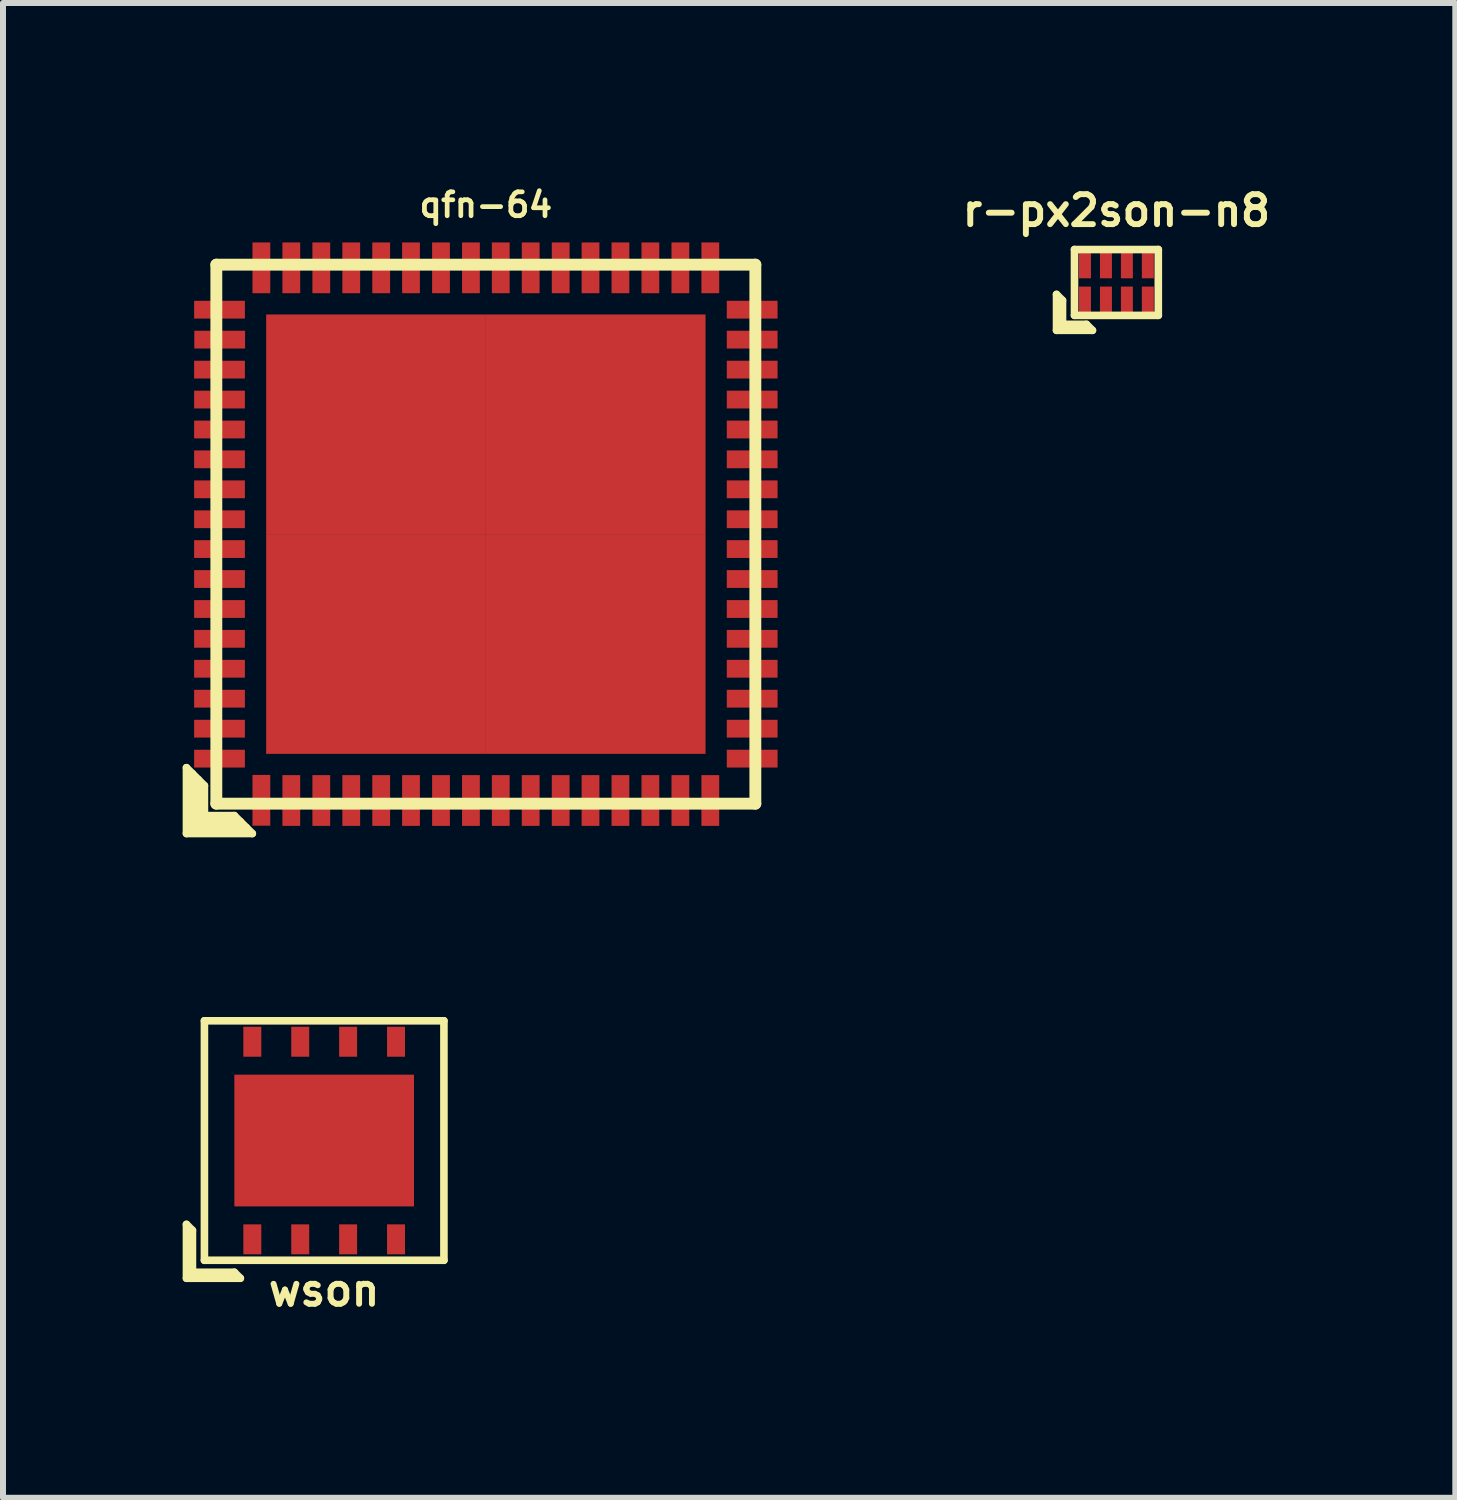
<source format=kicad_pcb>
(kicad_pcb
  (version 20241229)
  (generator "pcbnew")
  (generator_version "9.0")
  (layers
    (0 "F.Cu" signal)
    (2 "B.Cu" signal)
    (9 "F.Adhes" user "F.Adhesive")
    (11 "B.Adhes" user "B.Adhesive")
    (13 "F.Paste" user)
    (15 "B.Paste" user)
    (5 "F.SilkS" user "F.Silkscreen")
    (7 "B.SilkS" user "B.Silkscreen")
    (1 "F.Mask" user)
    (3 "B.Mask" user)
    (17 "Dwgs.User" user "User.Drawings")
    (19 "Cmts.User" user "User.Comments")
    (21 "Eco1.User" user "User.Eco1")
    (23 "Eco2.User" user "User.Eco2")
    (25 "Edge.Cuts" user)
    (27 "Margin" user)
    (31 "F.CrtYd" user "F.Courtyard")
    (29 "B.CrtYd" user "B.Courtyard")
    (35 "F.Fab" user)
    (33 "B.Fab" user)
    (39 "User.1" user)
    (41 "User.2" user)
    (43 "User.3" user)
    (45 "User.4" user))
  (footprint "wson"
    (layer "F.Cu")
    (at 2.364 15.998)
    (property "Reference" "wson" (at 0 2.5 0) (layer "F.SilkS") (effects (font (size 0.5 0.5) (thickness 0.099))))
    (attr smd)
    (fp_line (start -2.3 1.4) (end -2.2 1.5) (stroke (width 0.127) (type solid)) (layer "F.SilkS"))
    (fp_line (start -2.3 2.3) (end -2.3 1.4) (stroke (width 0.127) (type solid)) (layer "F.SilkS"))
    (fp_line (start -2.2 1.5) (end -2.2 2.2) (stroke (width 0.127) (type solid)) (layer "F.SilkS"))
    (fp_line (start -2.2 2.2) (end -1.5 2.2) (stroke (width 0.127) (type solid)) (layer "F.SilkS"))
    (fp_line (start -2 -2) (end 2 -2) (stroke (width 0.127) (type solid)) (layer "F.SilkS"))
    (fp_line (start -2 2) (end -2 -2) (stroke (width 0.127) (type solid)) (layer "F.SilkS"))
    (fp_line (start -1.5 2.2) (end -1.4 2.3) (stroke (width 0.127) (type solid)) (layer "F.SilkS"))
    (fp_line (start -1.4 2.3) (end -2.3 2.3) (stroke (width 0.127) (type solid)) (layer "F.SilkS"))
    (fp_line (start 2 -2) (end 2 2) (stroke (width 0.127) (type solid)) (layer "F.SilkS"))
    (fp_line (start 2 2) (end -2 2) (stroke (width 0.127) (type solid)) (layer "F.SilkS"))
    (pad "1" smd rect (at -1.2 1.65) (size 0.3 0.5) (layers "F.Cu" "F.Mask" "F.Paste"))
    (pad "2" smd rect (at -0.4 1.65) (size 0.3 0.5) (layers "F.Cu" "F.Mask" "F.Paste"))
    (pad "3" smd rect (at 0.4 1.65) (size 0.3 0.5) (layers "F.Cu" "F.Mask" "F.Paste"))
    (pad "4" smd rect (at 1.2 1.65) (size 0.3 0.5) (layers "F.Cu" "F.Mask" "F.Paste"))
    (pad "5" smd rect (at 1.2 -1.65) (size 0.3 0.5) (layers "F.Cu" "F.Mask" "F.Paste"))
    (pad "6" smd rect (at 0.4 -1.65) (size 0.3 0.5) (layers "F.Cu" "F.Mask" "F.Paste"))
    (pad "7" smd rect (at -0.4 -1.65) (size 0.3 0.5) (layers "F.Cu" "F.Mask" "F.Paste"))
    (pad "8" smd rect (at -1.2 -1.65) (size 0.3 0.5) (layers "F.Cu" "F.Mask" "F.Paste"))
    (pad "9" smd rect (at 0 0) (size 3 2.2) (layers "F.Cu" "F.Mask" "F.Paste")))
  (footprint "r-px2son-n8"
    (layer "F.Cu")
    (at 15.595 1.667)
    (property "Reference" "r-px2son-n8" (at 0 -1.2 0) (layer "F.SilkS") (effects (font (size 0.5 0.5) (thickness 0.099))))
    (attr smd)
    (fp_line (start -1 0.2) (end -1 0.8) (stroke (width 0.127) (type solid)) (layer "F.SilkS"))
    (fp_line (start -1 0.8) (end -0.4 0.8) (stroke (width 0.127) (type solid)) (layer "F.SilkS"))
    (fp_line (start -0.9 0.3) (end -1 0.2) (stroke (width 0.127) (type solid)) (layer "F.SilkS"))
    (fp_line (start -0.9 0.7) (end -0.9 0.3) (stroke (width 0.127) (type solid)) (layer "F.SilkS"))
    (fp_line (start -0.9 0.7) (end -0.5 0.7) (stroke (width 0.127) (type solid)) (layer "F.SilkS"))
    (fp_line (start -0.7 -0.55) (end 0.7 -0.55) (stroke (width 0.127) (type solid)) (layer "F.SilkS"))
    (fp_line (start -0.7 0.55) (end -0.7 -0.55) (stroke (width 0.127) (type solid)) (layer "F.SilkS"))
    (fp_line (start -0.5 0.7) (end -0.4 0.8) (stroke (width 0.127) (type solid)) (layer "F.SilkS"))
    (fp_line (start 0.7 -0.55) (end 0.7 0.55) (stroke (width 0.127) (type solid)) (layer "F.SilkS"))
    (fp_line (start 0.7 0.55) (end -0.7 0.55) (stroke (width 0.127) (type solid)) (layer "F.SilkS"))
    (pad "1" smd rect (at -0.525 0.334) (size 0.2 0.53) (layers "F.Cu" "F.Mask" "F.Paste"))
    (pad "2" smd rect (at -0.175 0.334) (size 0.2 0.53) (layers "F.Cu" "F.Mask" "F.Paste"))
    (pad "3" smd rect (at 0.175 0.334) (size 0.2 0.53) (layers "F.Cu" "F.Mask" "F.Paste"))
    (pad "4" smd rect (at 0.525 0.334) (size 0.2 0.53) (layers "F.Cu" "F.Mask" "F.Paste"))
    (pad "5" smd rect (at 0.525 -0.334) (size 0.2 0.53) (layers "F.Cu" "F.Mask" "F.Paste"))
    (pad "6" smd rect (at 0.175 -0.334) (size 0.2 0.53) (layers "F.Cu" "F.Mask" "F.Paste"))
    (pad "7" smd rect (at -0.175 -0.334) (size 0.2 0.53) (layers "F.Cu" "F.Mask" "F.Paste"))
    (pad "8" smd rect (at -0.525 -0.334) (size 0.2 0.53) (layers "F.Cu" "F.Mask" "F.Paste")))
  (footprint "qfn-64"
    (layer "F.Cu")
    (at 5.064 5.871)
    (property "Reference" "qfn-64" (at 0 -5.499 0) (layer "F.SilkS") (effects (font (size 0.399 0.399) (thickness 0.079))))
    (attr smd)
    (fp_line (start -5 3.9) (end -5 5) (stroke (width 0.127) (type solid)) (layer "F.SilkS"))
    (fp_line (start -5 5) (end -3.9 5) (stroke (width 0.127) (type solid)) (layer "F.SilkS"))
    (fp_line (start -4.9 4.9) (end -4.9 4) (stroke (width 0.127) (type solid)) (layer "F.SilkS"))
    (fp_line (start -4.8 4.1) (end -4.8 4.8) (stroke (width 0.127) (type solid)) (layer "F.SilkS"))
    (fp_line (start -4.8 4.8) (end -4.1 4.8) (stroke (width 0.127) (type solid)) (layer "F.SilkS"))
    (fp_line (start -4.7 4.2) (end -5 3.9) (stroke (width 0.127) (type solid)) (layer "F.SilkS"))
    (fp_line (start -4.7 4.7) (end -4.7 4.2) (stroke (width 0.127) (type solid)) (layer "F.SilkS"))
    (fp_line (start -4.501 -4.501) (end -4.501 4.501) (stroke (width 0.198) (type solid)) (layer "F.SilkS"))
    (fp_line (start -4.501 4.501) (end 4.501 4.501) (stroke (width 0.198) (type solid)) (layer "F.SilkS"))
    (fp_line (start -4.2 4.7) (end -4.7 4.7) (stroke (width 0.127) (type solid)) (layer "F.SilkS"))
    (fp_line (start -4 4.9) (end -4.9 4.9) (stroke (width 0.127) (type solid)) (layer "F.SilkS"))
    (fp_line (start -3.9 5) (end -4.2 4.7) (stroke (width 0.127) (type solid)) (layer "F.SilkS"))
    (fp_line (start 4.501 -4.501) (end -4.501 -4.501) (stroke (width 0.198) (type solid)) (layer "F.SilkS"))
    (fp_line (start 4.501 4.501) (end 4.501 -4.501) (stroke (width 0.198) (type solid)) (layer "F.SilkS"))
    (pad "1" smd rect (at -3.749 4.445) (size 0.297 0.848) (layers "F.Cu" "F.Mask" "F.Paste"))
    (pad "2" smd rect (at -3.249 4.448) (size 0.297 0.848) (layers "F.Cu" "F.Mask" "F.Paste"))
    (pad "3" smd rect (at -2.748 4.448) (size 0.297 0.848) (layers "F.Cu" "F.Mask" "F.Paste"))
    (pad "4" smd rect (at -2.248 4.448) (size 0.297 0.848) (layers "F.Cu" "F.Mask" "F.Paste"))
    (pad "5" smd rect (at -1.748 4.448) (size 0.297 0.848) (layers "F.Cu" "F.Mask" "F.Paste"))
    (pad "6" smd rect (at -1.25 4.448) (size 0.297 0.848) (layers "F.Cu" "F.Mask" "F.Paste"))
    (pad "7" smd rect (at -0.749 4.448) (size 0.297 0.848) (layers "F.Cu" "F.Mask" "F.Paste"))
    (pad "8" smd rect (at -0.249 4.448) (size 0.297 0.848) (layers "F.Cu" "F.Mask" "F.Paste"))
    (pad "9" smd rect (at 0.249 4.448) (size 0.297 0.848) (layers "F.Cu" "F.Mask" "F.Paste"))
    (pad "10" smd rect (at 0.749 4.448) (size 0.297 0.848) (layers "F.Cu" "F.Mask" "F.Paste"))
    (pad "11" smd rect (at 1.25 4.448) (size 0.297 0.848) (layers "F.Cu" "F.Mask" "F.Paste"))
    (pad "12" smd rect (at 1.748 4.448) (size 0.297 0.848) (layers "F.Cu" "F.Mask" "F.Paste"))
    (pad "13" smd rect (at 2.248 4.448) (size 0.297 0.848) (layers "F.Cu" "F.Mask" "F.Paste"))
    (pad "14" smd rect (at 2.748 4.448) (size 0.297 0.848) (layers "F.Cu" "F.Mask" "F.Paste"))
    (pad "15" smd rect (at 3.249 4.448) (size 0.297 0.848) (layers "F.Cu" "F.Mask" "F.Paste"))
    (pad "16" smd rect (at 3.749 4.448) (size 0.297 0.848) (layers "F.Cu" "F.Mask" "F.Paste"))
    (pad "17" smd rect (at 4.448 3.749) (size 0.848 0.297) (layers "F.Cu" "F.Mask" "F.Paste"))
    (pad "18" smd rect (at 4.448 3.249) (size 0.848 0.297) (layers "F.Cu" "F.Mask" "F.Paste"))
    (pad "19" smd rect (at 4.448 2.748) (size 0.848 0.297) (layers "F.Cu" "F.Mask" "F.Paste"))
    (pad "20" smd rect (at 4.448 2.248) (size 0.848 0.297) (layers "F.Cu" "F.Mask" "F.Paste"))
    (pad "21" smd rect (at 4.448 1.748) (size 0.848 0.297) (layers "F.Cu" "F.Mask" "F.Paste"))
    (pad "22" smd rect (at 4.448 1.25) (size 0.848 0.297) (layers "F.Cu" "F.Mask" "F.Paste"))
    (pad "23" smd rect (at 4.448 0.749) (size 0.848 0.297) (layers "F.Cu" "F.Mask" "F.Paste"))
    (pad "24" smd rect (at 4.448 0.249) (size 0.848 0.297) (layers "F.Cu" "F.Mask" "F.Paste"))
    (pad "25" smd rect (at 4.448 -0.249) (size 0.848 0.297) (layers "F.Cu" "F.Mask" "F.Paste"))
    (pad "26" smd rect (at 4.448 -0.749) (size 0.848 0.297) (layers "F.Cu" "F.Mask" "F.Paste"))
    (pad "27" smd rect (at 4.448 -1.25) (size 0.848 0.297) (layers "F.Cu" "F.Mask" "F.Paste"))
    (pad "28" smd rect (at 4.448 -1.748) (size 0.848 0.297) (layers "F.Cu" "F.Mask" "F.Paste"))
    (pad "29" smd rect (at 4.448 -2.248) (size 0.848 0.297) (layers "F.Cu" "F.Mask" "F.Paste"))
    (pad "30" smd rect (at 4.448 -2.748) (size 0.848 0.297) (layers "F.Cu" "F.Mask" "F.Paste"))
    (pad "31" smd rect (at 4.448 -3.249) (size 0.848 0.297) (layers "F.Cu" "F.Mask" "F.Paste"))
    (pad "32" smd rect (at 4.448 -3.749) (size 0.848 0.297) (layers "F.Cu" "F.Mask" "F.Paste"))
    (pad "33" smd rect (at 3.749 -4.448) (size 0.297 0.848) (layers "F.Cu" "F.Mask" "F.Paste"))
    (pad "34" smd rect (at 3.249 -4.448) (size 0.297 0.848) (layers "F.Cu" "F.Mask" "F.Paste"))
    (pad "35" smd rect (at 2.748 -4.448) (size 0.297 0.848) (layers "F.Cu" "F.Mask" "F.Paste"))
    (pad "36" smd rect (at 2.248 -4.448) (size 0.297 0.848) (layers "F.Cu" "F.Mask" "F.Paste"))
    (pad "37" smd rect (at 1.748 -4.448) (size 0.297 0.848) (layers "F.Cu" "F.Mask" "F.Paste"))
    (pad "38" smd rect (at 1.25 -4.448) (size 0.297 0.848) (layers "F.Cu" "F.Mask" "F.Paste"))
    (pad "39" smd rect (at 0.749 -4.448) (size 0.297 0.848) (layers "F.Cu" "F.Mask" "F.Paste"))
    (pad "40" smd rect (at 0.249 -4.448) (size 0.297 0.848) (layers "F.Cu" "F.Mask" "F.Paste"))
    (pad "41" smd rect (at -0.249 -4.448) (size 0.297 0.848) (layers "F.Cu" "F.Mask" "F.Paste"))
    (pad "42" smd rect (at -0.749 -4.448) (size 0.297 0.848) (layers "F.Cu" "F.Mask" "F.Paste"))
    (pad "43" smd rect (at -1.25 -4.448) (size 0.297 0.848) (layers "F.Cu" "F.Mask" "F.Paste"))
    (pad "44" smd rect (at -1.748 -4.448) (size 0.297 0.848) (layers "F.Cu" "F.Mask" "F.Paste"))
    (pad "45" smd rect (at -2.248 -4.448) (size 0.297 0.848) (layers "F.Cu" "F.Mask" "F.Paste"))
    (pad "46" smd rect (at -2.748 -4.448) (size 0.297 0.848) (layers "F.Cu" "F.Mask" "F.Paste"))
    (pad "47" smd rect (at -3.249 -4.448) (size 0.297 0.848) (layers "F.Cu" "F.Mask" "F.Paste"))
    (pad "48" smd rect (at -3.749 -4.448) (size 0.297 0.848) (layers "F.Cu" "F.Mask" "F.Paste"))
    (pad "49" smd rect (at -4.448 -3.749) (size 0.848 0.297) (layers "F.Cu" "F.Mask" "F.Paste"))
    (pad "50" smd rect (at -4.445 -3.249) (size 0.848 0.297) (layers "F.Cu" "F.Mask" "F.Paste"))
    (pad "51" smd rect (at -4.448 -2.748) (size 0.848 0.297) (layers "F.Cu" "F.Mask" "F.Paste"))
    (pad "52" smd rect (at -4.448 -2.248) (size 0.848 0.297) (layers "F.Cu" "F.Mask" "F.Paste"))
    (pad "53" smd rect (at -4.448 -1.748) (size 0.848 0.297) (layers "F.Cu" "F.Mask" "F.Paste"))
    (pad "54" smd rect (at -4.448 -1.25) (size 0.848 0.297) (layers "F.Cu" "F.Mask" "F.Paste"))
    (pad "55" smd rect (at -4.448 -0.749) (size 0.848 0.297) (layers "F.Cu" "F.Mask" "F.Paste"))
    (pad "56" smd rect (at -4.448 -0.249) (size 0.848 0.297) (layers "F.Cu" "F.Mask" "F.Paste"))
    (pad "57" smd rect (at -4.448 0.249) (size 0.848 0.297) (layers "F.Cu" "F.Mask" "F.Paste"))
    (pad "58" smd rect (at -4.448 0.749) (size 0.848 0.297) (layers "F.Cu" "F.Mask" "F.Paste"))
    (pad "59" smd rect (at -4.448 1.25) (size 0.848 0.297) (layers "F.Cu" "F.Mask" "F.Paste"))
    (pad "60" smd rect (at -4.448 1.748) (size 0.848 0.297) (layers "F.Cu" "F.Mask" "F.Paste"))
    (pad "61" smd rect (at -4.448 2.248) (size 0.848 0.297) (layers "F.Cu" "F.Mask" "F.Paste"))
    (pad "62" smd rect (at -4.448 2.748) (size 0.848 0.297) (layers "F.Cu" "F.Mask" "F.Paste"))
    (pad "63" smd rect (at -4.448 3.249) (size 0.848 0.297) (layers "F.Cu" "F.Mask" "F.Paste"))
    (pad "64" smd rect (at -4.448 3.749) (size 0.848 0.297) (layers "F.Cu" "F.Mask" "F.Paste"))
    (pad "65" smd rect (at -1.834 -1.834) (size 3.67 3.67) (layers "F.Cu" "F.Mask" "F.Paste"))
    (pad "65" smd rect (at -1.834 1.834) (size 3.67 3.67) (layers "F.Cu" "F.Mask" "F.Paste"))
    (pad "65" smd rect (at 1.834 -1.834) (size 3.67 3.67) (layers "F.Cu" "F.Mask" "F.Paste"))
    (pad "65" smd rect (at 1.834 1.834) (size 3.67 3.67) (layers "F.Cu" "F.Mask" "F.Paste")))
  (gr_rect
    (start -3 -3)
    (end 21.255 21.964)
    (stroke (width 0.1) (type default))
    (fill no)
    (layer "Edge.Cuts")))
</source>
